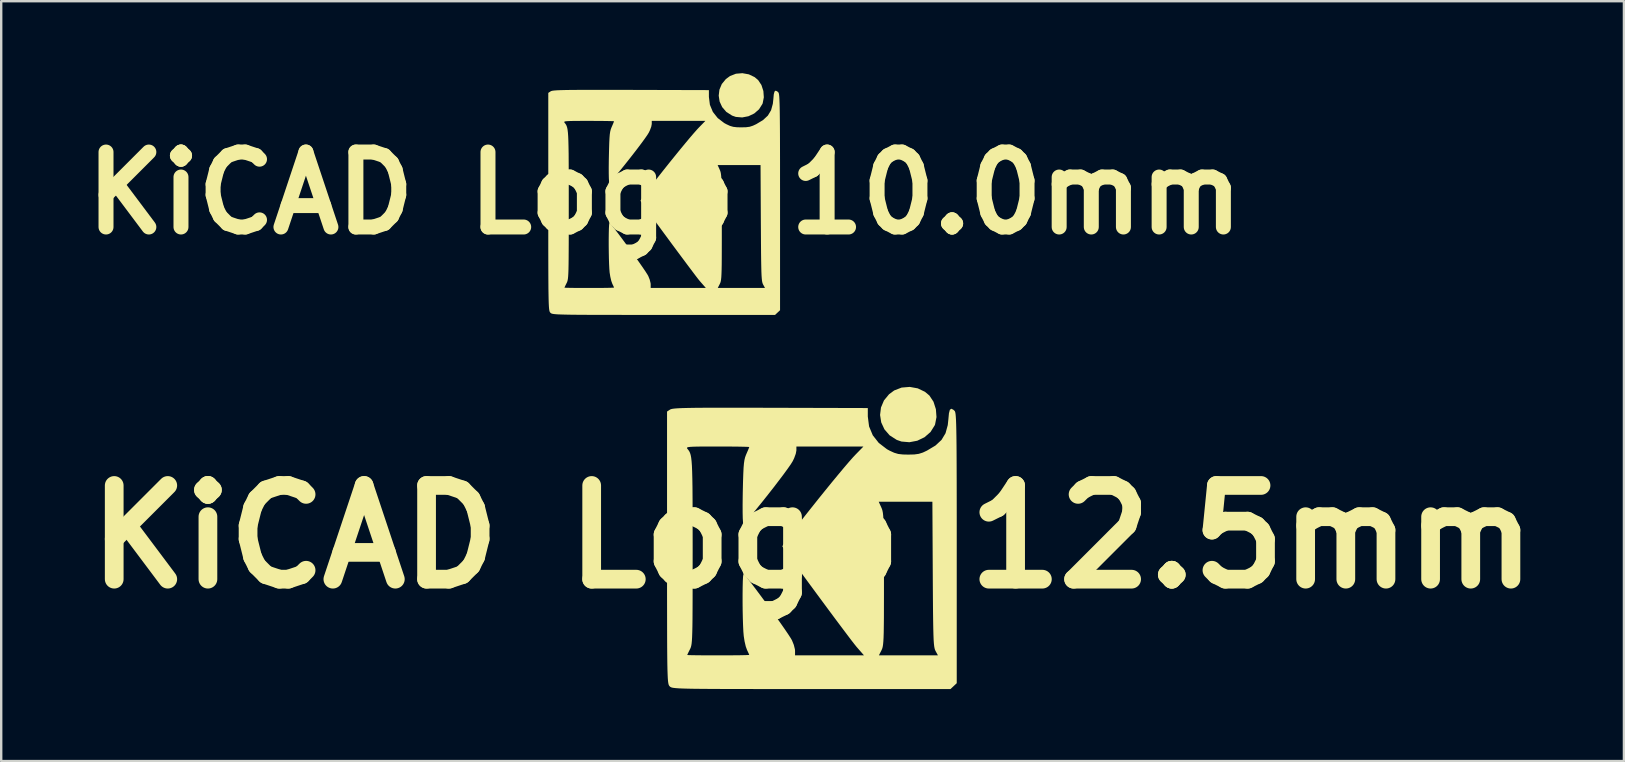
<source format=kicad_pcb>
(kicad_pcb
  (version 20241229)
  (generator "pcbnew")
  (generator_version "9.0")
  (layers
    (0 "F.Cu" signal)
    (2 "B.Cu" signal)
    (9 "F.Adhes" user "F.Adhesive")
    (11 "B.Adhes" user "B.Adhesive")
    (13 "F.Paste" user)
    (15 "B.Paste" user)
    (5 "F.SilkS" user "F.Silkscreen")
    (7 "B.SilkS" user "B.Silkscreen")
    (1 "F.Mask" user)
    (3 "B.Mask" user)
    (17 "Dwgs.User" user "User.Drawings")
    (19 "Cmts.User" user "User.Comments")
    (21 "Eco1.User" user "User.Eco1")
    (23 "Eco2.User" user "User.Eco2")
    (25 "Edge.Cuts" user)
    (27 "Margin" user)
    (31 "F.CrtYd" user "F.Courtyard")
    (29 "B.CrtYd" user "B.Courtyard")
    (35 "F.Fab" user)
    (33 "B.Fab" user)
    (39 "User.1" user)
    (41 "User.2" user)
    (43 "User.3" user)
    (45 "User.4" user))
  (footprint "KiCAD Logo 12.5mm"
    (layer "F.Cu")
    (at 30.811 19.319)
    (property "Reference" "KiCAD Logo 12.5mm" (at 0 0 180) (layer "F.SilkS") (effects (font (size 3.905 3.905) (thickness 0.78))))
    (attr board_only exclude_from_pos_files exclude_from_bom)
    (fp_poly (pts (xy 4.382 -6.186) (xy 4.685 -6.041) (xy 4.868 -5.887) (xy 5.039 -5.629) (xy 5.139 -5.317) (xy 5.164 -4.989) (xy 5.105 -4.683) (xy 5.09 -4.645) (xy 4.914 -4.365) (xy 4.664 -4.148) (xy 4.363 -4.003) (xy 4.036 -3.941) (xy 3.706 -3.969) (xy 3.509 -4.037) (xy 3.21 -4.229) (xy 2.994 -4.479) (xy 2.861 -4.768) (xy 2.813 -5.077) (xy 2.851 -5.388) (xy 2.975 -5.682) (xy 3.187 -5.94) (xy 3.401 -6.098) (xy 3.711 -6.218) (xy 4.048 -6.246)) (stroke (width 0) (type solid)) (fill yes) (layer "F.SilkS"))
    (fp_poly (pts (xy -2.938 -5.379) (xy -2.215 -5.377) (xy -1.753 -5.376) (xy 2.302 -5.365) (xy 2.302 -5.011) (xy 2.355 -4.599) (xy 2.509 -4.229) (xy 2.76 -3.91) (xy 3.1 -3.65) (xy 3.213 -3.588) (xy 3.401 -3.502) (xy 3.569 -3.452) (xy 3.763 -3.43) (xy 3.987 -3.425) (xy 4.24 -3.431) (xy 4.427 -3.457) (xy 4.597 -3.511) (xy 4.767 -3.591) (xy 5.12 -3.802) (xy 5.374 -4.038) (xy 5.541 -4.316) (xy 5.634 -4.655) (xy 5.66 -4.899) (xy 5.683 -5.146) (xy 5.72 -5.289) (xy 5.778 -5.337) (xy 5.862 -5.298) (xy 5.92 -5.246) (xy 5.934 -5.223) (xy 5.947 -5.181) (xy 5.959 -5.112) (xy 5.968 -5.011) (xy 5.977 -4.872) (xy 5.984 -4.687) (xy 5.99 -4.451) (xy 5.995 -4.156) (xy 5.999 -3.797) (xy 6.002 -3.367) (xy 6.004 -2.859) (xy 6.006 -2.267) (xy 6.007 -1.586) (xy 6.008 -0.807) (xy 6.008 0.075) (xy 6.008 0.472) (xy 6.008 6.101) (xy 5.878 6.223) (xy 5.748 6.345) (xy -0.046 6.345) (xy -0.979 6.345) (xy -1.806 6.345) (xy -2.534 6.344) (xy -3.169 6.344) (xy -3.718 6.342) (xy -4.187 6.34) (xy -4.583 6.337) (xy -4.913 6.334) (xy -5.181 6.329) (xy -5.397 6.323) (xy -5.565 6.316) (xy -5.692 6.307) (xy -5.785 6.297) (xy -5.85 6.286) (xy -5.894 6.272) (xy -5.924 6.257) (xy -5.945 6.24) (xy -5.952 6.233) (xy -5.97 6.213) (xy -5.986 6.187) (xy -6.001 6.148) (xy -6.013 6.091) (xy -6.024 6.008) (xy -6.033 5.892) (xy -6.04 5.738) (xy -6.047 5.539) (xy -6.052 5.287) (xy -6.056 4.977) (xy -6.059 4.602) (xy -6.061 4.156) (xy -6.062 3.631) (xy -6.063 3.021) (xy -6.064 2.319) (xy -6.064 1.52) (xy -6.064 0.616) (xy -6.064 0.451) (xy -6.064 -3.694) (xy -5.234 -3.694) (xy -5.214 -3.664) (xy -5.172 -3.612) (xy -5.136 -3.558) (xy -5.106 -3.493) (xy -5.08 -3.409) (xy -5.059 -3.298) (xy -5.042 -3.152) (xy -5.028 -2.962) (xy -5.018 -2.72) (xy -5.01 -2.419) (xy -5.004 -2.05) (xy -5.001 -1.604) (xy -4.999 -1.075) (xy -4.998 -0.452) (xy -4.997 0.271) (xy -4.997 0.608) (xy -4.998 1.361) (xy -4.998 2.01) (xy -4.999 2.563) (xy -5.001 3.028) (xy -5.003 3.414) (xy -5.007 3.729) (xy -5.013 3.982) (xy -5.02 4.18) (xy -5.029 4.333) (xy -5.04 4.447) (xy -5.054 4.532) (xy -5.07 4.595) (xy -5.089 4.646) (xy -5.11 4.689) (xy -5.178 4.825) (xy -5.218 4.912) (xy -5.222 4.925) (xy -5.169 4.93) (xy -5.018 4.934) (xy -4.787 4.937) (xy -4.491 4.94) (xy -4.145 4.941) (xy -3.931 4.941) (xy -3.563 4.94) (xy -3.237 4.938) (xy -2.966 4.935) (xy -2.768 4.93) (xy -2.657 4.925) (xy -2.639 4.922) (xy -2.662 4.864) (xy -2.717 4.746) (xy -2.73 4.719) (xy -2.784 4.569) (xy -2.834 4.354) (xy -2.868 4.135) (xy -2.884 3.949) (xy -2.896 3.696) (xy -2.906 3.396) (xy -2.913 3.067) (xy -2.916 2.728) (xy -2.916 2.399) (xy -2.913 2.099) (xy -2.907 1.847) (xy -2.897 1.662) (xy -2.883 1.564) (xy -2.878 1.553) (xy -2.835 1.589) (xy -2.737 1.704) (xy -2.594 1.883) (xy -2.417 2.115) (xy -2.214 2.386) (xy -1.995 2.681) (xy -1.77 2.989) (xy -1.55 3.295) (xy -1.343 3.586) (xy -1.16 3.848) (xy -1.01 4.069) (xy -0.903 4.235) (xy -0.858 4.315) (xy -0.781 4.505) (xy -0.735 4.691) (xy -0.73 4.754) (xy -0.73 4.941) (xy 0.707 4.941) (xy 2.143 4.941) (xy 1.836 4.59) (xy 1.757 4.492) (xy 1.62 4.316) (xy 1.436 4.073) (xy 1.212 3.775) (xy 0.958 3.436) (xy 0.683 3.066) (xy 0.396 2.678) (xy 0.106 2.285) (xy -0.179 1.898) (xy -0.449 1.53) (xy -0.695 1.193) (xy -0.909 0.898) (xy -1.08 0.659) (xy -1.202 0.486) (xy -1.258 0.401) (xy -1.233 0.345) (xy -1.145 0.214) (xy -1.002 0.017) (xy -0.813 -0.233) (xy -0.588 -0.526) (xy -0.334 -0.852) (xy -0.06 -1.198) (xy 0.149 -1.46) (xy 2.757 -1.46) (xy 2.865 -1.221) (xy 2.89 -1.162) (xy 2.911 -1.094) (xy 2.928 -1.01) (xy 2.941 -0.897) (xy 2.952 -0.747) (xy 2.96 -0.55) (xy 2.966 -0.294) (xy 2.97 0.03) (xy 2.973 0.432) (xy 2.974 0.922) (xy 2.975 1.51) (xy 2.975 1.771) (xy 2.975 2.401) (xy 2.974 2.928) (xy 2.973 3.363) (xy 2.969 3.715) (xy 2.965 3.995) (xy 2.958 4.213) (xy 2.948 4.378) (xy 2.936 4.501) (xy 2.921 4.591) (xy 2.902 4.659) (xy 2.879 4.714) (xy 2.87 4.733) (xy 2.764 4.941) (xy 3.994 4.941) (xy 5.225 4.941) (xy 5.125 4.759) (xy 5.103 4.712) (xy 5.085 4.651) (xy 5.069 4.566) (xy 5.056 4.45) (xy 5.045 4.291) (xy 5.037 4.082) (xy 5.03 3.812) (xy 5.024 3.472) (xy 5.019 3.053) (xy 5.015 2.546) (xy 5.011 1.941) (xy 5.009 1.558) (xy 4.993 -1.46) (xy 3.875 -1.46) (xy 2.757 -1.46) (xy 0.149 -1.46) (xy 0.225 -1.556) (xy 0.513 -1.913) (xy 0.794 -2.259) (xy 1.061 -2.582) (xy 1.304 -2.873) (xy 1.515 -3.12) (xy 1.685 -3.313) (xy 1.776 -3.41) (xy 2.12 -3.762) (xy 0.723 -3.762) (xy -0.674 -3.762) (xy -0.674 -3.6) (xy -0.7 -3.46) (xy -0.768 -3.274) (xy -0.828 -3.15) (xy -0.906 -3.024) (xy -1.036 -2.838) (xy -1.206 -2.605) (xy -1.408 -2.338) (xy -1.629 -2.049) (xy -1.861 -1.753) (xy -2.092 -1.462) (xy -2.312 -1.19) (xy -2.511 -0.95) (xy -2.678 -0.754) (xy -2.802 -0.617) (xy -2.874 -0.551) (xy -2.886 -0.548) (xy -2.899 -0.611) (xy -2.909 -0.771) (xy -2.914 -1.013) (xy -2.915 -1.323) (xy -2.911 -1.684) (xy -2.908 -1.877) (xy -2.898 -2.3) (xy -2.887 -2.628) (xy -2.875 -2.877) (xy -2.859 -3.063) (xy -2.838 -3.203) (xy -2.811 -3.314) (xy -2.775 -3.412) (xy -2.76 -3.448) (xy -2.692 -3.604) (xy -2.648 -3.712) (xy -2.639 -3.741) (xy -2.693 -3.747) (xy -2.843 -3.752) (xy -3.075 -3.757) (xy -3.373 -3.76) (xy -3.721 -3.762) (xy -3.967 -3.762) (xy -4.386 -3.762) (xy -4.705 -3.76) (xy -4.936 -3.756) (xy -5.093 -3.748) (xy -5.186 -3.736) (xy -5.229 -3.718) (xy -5.234 -3.694) (xy -6.064 -3.694) (xy -6.064 -5.219) (xy -5.936 -5.303) (xy -5.9 -5.319) (xy -5.839 -5.333) (xy -5.747 -5.345) (xy -5.614 -5.355) (xy -5.434 -5.363) (xy -5.2 -5.369) (xy -4.903 -5.374) (xy -4.536 -5.377) (xy -4.091 -5.379) (xy -3.561 -5.379)) (stroke (width 0) (type solid)) (fill yes) (layer "F.SilkS")))
  (footprint "KiCAD Logo 10.0mm"
    (layer "F.Cu")
    (at 24.649 4.997)
    (property "Reference" "KiCAD Logo 10.0mm" (at 0 0 180) (layer "F.SilkS") (effects (font (size 3.124 3.124) (thickness 0.624))))
    (attr board_only exclude_from_pos_files exclude_from_bom)
    (fp_poly (pts (xy 3.506 -4.949) (xy 3.748 -4.833) (xy 3.895 -4.709) (xy 4.031 -4.503) (xy 4.112 -4.254) (xy 4.131 -3.991) (xy 4.084 -3.746) (xy 4.072 -3.716) (xy 3.931 -3.492) (xy 3.731 -3.318) (xy 3.49 -3.203) (xy 3.229 -3.153) (xy 2.965 -3.175) (xy 2.808 -3.23) (xy 2.568 -3.384) (xy 2.395 -3.584) (xy 2.289 -3.815) (xy 2.251 -4.062) (xy 2.281 -4.311) (xy 2.38 -4.546) (xy 2.549 -4.752) (xy 2.721 -4.878) (xy 2.969 -4.975) (xy 3.238 -4.997)) (stroke (width 0) (type solid)) (fill yes) (layer "F.SilkS"))
    (fp_poly (pts (xy -2.351 -4.303) (xy -1.772 -4.302) (xy -1.402 -4.301) (xy 1.842 -4.292) (xy 1.842 -4.009) (xy 1.884 -3.679) (xy 2.007 -3.383) (xy 2.208 -3.128) (xy 2.48 -2.92) (xy 2.57 -2.871) (xy 2.721 -2.801) (xy 2.855 -2.762) (xy 3.01 -2.744) (xy 3.189 -2.74) (xy 3.392 -2.745) (xy 3.542 -2.765) (xy 3.677 -2.809) (xy 3.814 -2.873) (xy 4.096 -3.042) (xy 4.299 -3.23) (xy 4.433 -3.453) (xy 4.507 -3.724) (xy 4.528 -3.919) (xy 4.546 -4.117) (xy 4.576 -4.231) (xy 4.622 -4.269) (xy 4.69 -4.239) (xy 4.736 -4.197) (xy 4.748 -4.178) (xy 4.758 -4.145) (xy 4.767 -4.09) (xy 4.775 -4.009) (xy 4.781 -3.898) (xy 4.787 -3.75) (xy 4.792 -3.56) (xy 4.796 -3.325) (xy 4.799 -3.037) (xy 4.802 -2.693) (xy 4.804 -2.287) (xy 4.805 -1.814) (xy 4.806 -1.268) (xy 4.806 -0.646) (xy 4.807 0.06) (xy 4.807 0.377) (xy 4.807 4.881) (xy 4.703 4.978) (xy 4.599 5.076) (xy -0.037 5.076) (xy -0.783 5.076) (xy -1.445 5.076) (xy -2.027 5.075) (xy -2.535 5.075) (xy -2.975 5.074) (xy -3.35 5.072) (xy -3.667 5.07) (xy -3.93 5.067) (xy -4.145 5.063) (xy -4.317 5.058) (xy -4.452 5.053) (xy -4.553 5.046) (xy -4.628 5.038) (xy -4.68 5.029) (xy -4.715 5.018) (xy -4.739 5.006) (xy -4.756 4.992) (xy -4.762 4.986) (xy -4.776 4.97) (xy -4.789 4.949) (xy -4.801 4.919) (xy -4.81 4.873) (xy -4.819 4.806) (xy -4.826 4.714) (xy -4.832 4.591) (xy -4.837 4.431) (xy -4.841 4.23) (xy -4.845 3.982) (xy -4.847 3.682) (xy -4.849 3.324) (xy -4.85 2.904) (xy -4.851 2.417) (xy -4.851 1.856) (xy -4.851 1.216) (xy -4.851 0.493) (xy -4.851 0.36) (xy -4.851 -2.956) (xy -4.187 -2.956) (xy -4.171 -2.931) (xy -4.138 -2.89) (xy -4.109 -2.846) (xy -4.085 -2.794) (xy -4.064 -2.727) (xy -4.047 -2.638) (xy -4.033 -2.521) (xy -4.022 -2.369) (xy -4.014 -2.176) (xy -4.008 -1.935) (xy -4.003 -1.64) (xy -4.001 -1.284) (xy -3.999 -0.86) (xy -3.998 -0.362) (xy -3.998 0.216) (xy -3.998 0.487) (xy -3.998 1.089) (xy -3.998 1.608) (xy -3.999 2.05) (xy -4.001 2.422) (xy -4.003 2.731) (xy -4.006 2.984) (xy -4.01 3.186) (xy -4.016 3.344) (xy -4.023 3.466) (xy -4.032 3.558) (xy -4.043 3.625) (xy -4.056 3.676) (xy -4.071 3.717) (xy -4.088 3.751) (xy -4.142 3.86) (xy -4.174 3.93) (xy -4.178 3.94) (xy -4.135 3.944) (xy -4.015 3.947) (xy -3.83 3.95) (xy -3.593 3.952) (xy -3.316 3.953) (xy -3.144 3.953) (xy -2.851 3.952) (xy -2.589 3.951) (xy -2.373 3.948) (xy -2.214 3.944) (xy -2.126 3.94) (xy -2.111 3.937) (xy -2.129 3.891) (xy -2.174 3.797) (xy -2.184 3.775) (xy -2.227 3.655) (xy -2.267 3.483) (xy -2.295 3.308) (xy -2.307 3.159) (xy -2.317 2.957) (xy -2.325 2.717) (xy -2.33 2.453) (xy -2.333 2.183) (xy -2.333 1.92) (xy -2.33 1.68) (xy -2.325 1.478) (xy -2.317 1.33) (xy -2.307 1.251) (xy -2.302 1.242) (xy -2.268 1.271) (xy -2.19 1.363) (xy -2.075 1.507) (xy -1.933 1.692) (xy -1.771 1.909) (xy -1.596 2.145) (xy -1.416 2.391) (xy -1.24 2.636) (xy -1.075 2.868) (xy -0.928 3.079) (xy -0.808 3.255) (xy -0.723 3.388) (xy -0.686 3.452) (xy -0.625 3.604) (xy -0.588 3.753) (xy -0.584 3.803) (xy -0.584 3.953) (xy 0.565 3.953) (xy 1.715 3.953) (xy 1.469 3.672) (xy 1.405 3.594) (xy 1.296 3.453) (xy 1.149 3.258) (xy 0.97 3.02) (xy 0.767 2.748) (xy 0.547 2.453) (xy 0.317 2.143) (xy 0.085 1.828) (xy -0.143 1.519) (xy -0.359 1.224) (xy -0.556 0.954) (xy -0.727 0.718) (xy -0.864 0.527) (xy -0.961 0.389) (xy -1.007 0.321) (xy -0.986 0.276) (xy -0.916 0.171) (xy -0.801 0.014) (xy -0.651 -0.186) (xy -0.47 -0.421) (xy -0.267 -0.681) (xy -0.048 -0.959) (xy 0.119 -1.168) (xy 2.206 -1.168) (xy 2.292 -0.977) (xy 2.312 -0.929) (xy 2.329 -0.876) (xy 2.342 -0.808) (xy 2.353 -0.718) (xy 2.362 -0.598) (xy 2.368 -0.44) (xy 2.373 -0.235) (xy 2.376 0.024) (xy 2.378 0.345) (xy 2.379 0.737) (xy 2.38 1.208) (xy 2.38 1.417) (xy 2.38 1.92) (xy 2.379 2.342) (xy 2.378 2.69) (xy 2.376 2.972) (xy 2.372 3.196) (xy 2.366 3.371) (xy 2.359 3.503) (xy 2.349 3.601) (xy 2.337 3.673) (xy 2.322 3.727) (xy 2.303 3.771) (xy 2.296 3.786) (xy 2.211 3.953) (xy 3.195 3.953) (xy 4.18 3.953) (xy 4.1 3.807) (xy 4.083 3.769) (xy 4.068 3.72) (xy 4.055 3.653) (xy 4.045 3.56) (xy 4.036 3.433) (xy 4.029 3.265) (xy 4.024 3.049) (xy 4.019 2.778) (xy 4.015 2.443) (xy 4.012 2.037) (xy 4.009 1.553) (xy 4.007 1.247) (xy 3.994 -1.168) (xy 3.1 -1.168) (xy 2.206 -1.168) (xy 0.119 -1.168) (xy 0.18 -1.245) (xy 0.41 -1.53) (xy 0.635 -1.807) (xy 0.849 -2.066) (xy 1.043 -2.299) (xy 1.212 -2.496) (xy 1.348 -2.65) (xy 1.421 -2.728) (xy 1.696 -3.01) (xy 0.579 -3.01) (xy -0.539 -3.01) (xy -0.539 -2.88) (xy -0.56 -2.768) (xy -0.615 -2.62) (xy -0.663 -2.52) (xy -0.725 -2.42) (xy -0.829 -2.271) (xy -0.965 -2.084) (xy -1.126 -1.87) (xy -1.304 -1.639) (xy -1.489 -1.402) (xy -1.674 -1.17) (xy -1.85 -0.952) (xy -2.009 -0.76) (xy -2.142 -0.604) (xy -2.242 -0.494) (xy -2.299 -0.441) (xy -2.308 -0.438) (xy -2.319 -0.489) (xy -2.327 -0.617) (xy -2.331 -0.81) (xy -2.332 -1.058) (xy -2.329 -1.348) (xy -2.326 -1.501) (xy -2.318 -1.84) (xy -2.31 -2.102) (xy -2.3 -2.301) (xy -2.288 -2.45) (xy -2.271 -2.562) (xy -2.249 -2.651) (xy -2.22 -2.73) (xy -2.208 -2.758) (xy -2.154 -2.883) (xy -2.119 -2.97) (xy -2.111 -2.993) (xy -2.154 -2.998) (xy -2.274 -3.002) (xy -2.46 -3.005) (xy -2.698 -3.008) (xy -2.977 -3.009) (xy -3.174 -3.01) (xy -3.509 -3.009) (xy -3.764 -3.008) (xy -3.949 -3.004) (xy -4.074 -2.998) (xy -4.149 -2.989) (xy -4.183 -2.975) (xy -4.187 -2.956) (xy -4.851 -2.956) (xy -4.851 -4.176) (xy -4.749 -4.243) (xy -4.72 -4.256) (xy -4.672 -4.267) (xy -4.597 -4.276) (xy -4.491 -4.284) (xy -4.347 -4.29) (xy -4.16 -4.295) (xy -3.922 -4.299) (xy -3.628 -4.301) (xy -3.273 -4.303) (xy -2.849 -4.303)) (stroke (width 0) (type solid)) (fill yes) (layer "F.SilkS")))
  (gr_rect
    (start -3 -3)
    (end 64.622 28.664)
    (stroke (width 0.1) (type default))
    (fill no)
    (layer "Edge.Cuts")))
</source>
